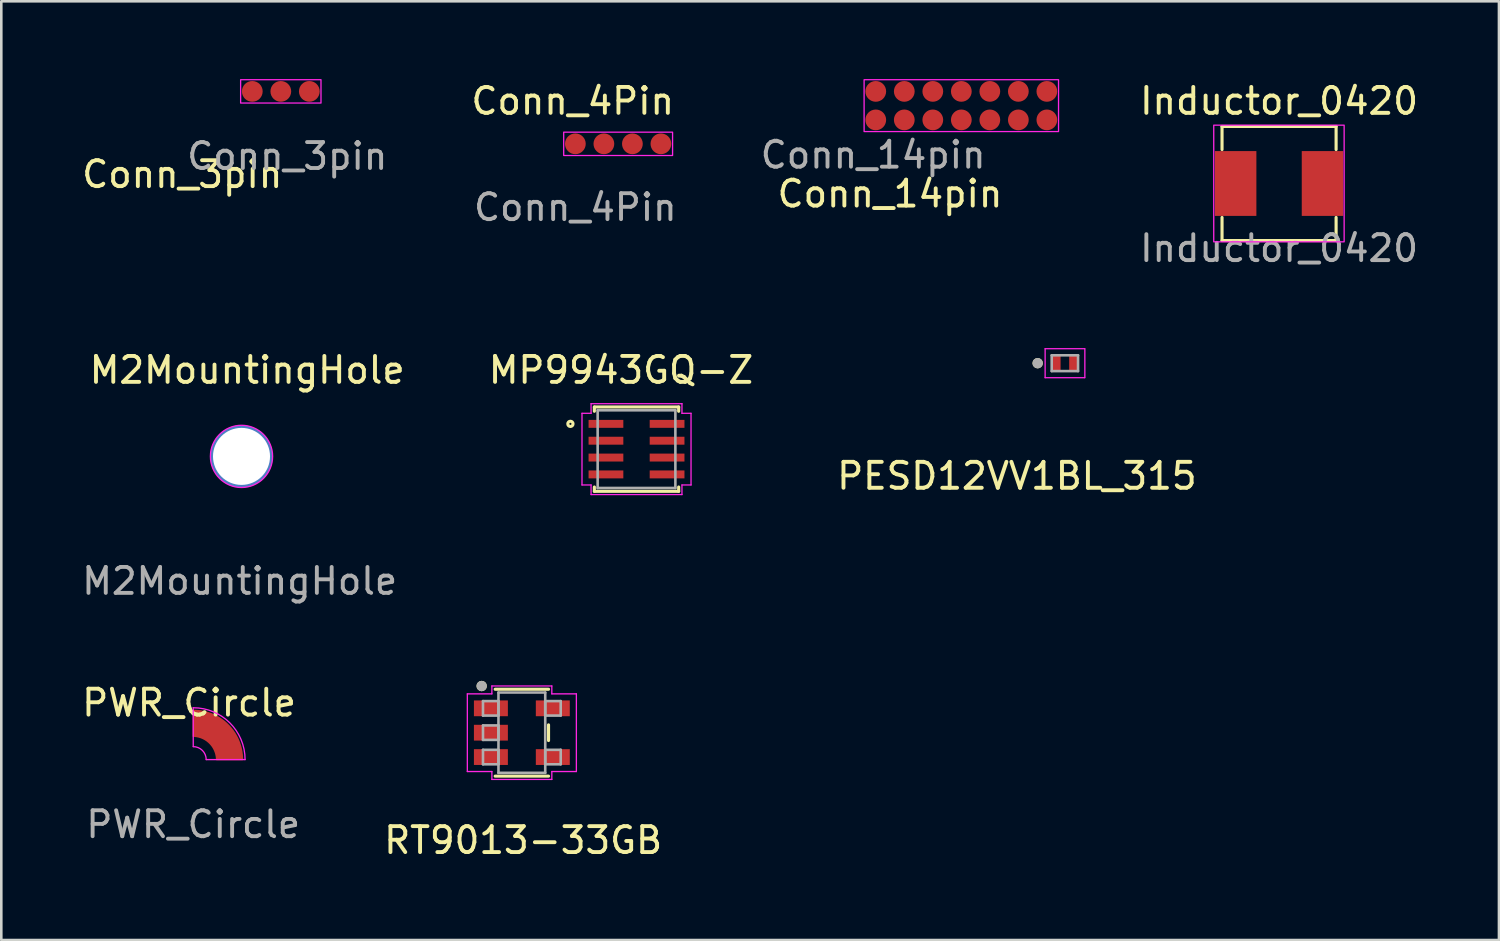
<source format=kicad_pcb>
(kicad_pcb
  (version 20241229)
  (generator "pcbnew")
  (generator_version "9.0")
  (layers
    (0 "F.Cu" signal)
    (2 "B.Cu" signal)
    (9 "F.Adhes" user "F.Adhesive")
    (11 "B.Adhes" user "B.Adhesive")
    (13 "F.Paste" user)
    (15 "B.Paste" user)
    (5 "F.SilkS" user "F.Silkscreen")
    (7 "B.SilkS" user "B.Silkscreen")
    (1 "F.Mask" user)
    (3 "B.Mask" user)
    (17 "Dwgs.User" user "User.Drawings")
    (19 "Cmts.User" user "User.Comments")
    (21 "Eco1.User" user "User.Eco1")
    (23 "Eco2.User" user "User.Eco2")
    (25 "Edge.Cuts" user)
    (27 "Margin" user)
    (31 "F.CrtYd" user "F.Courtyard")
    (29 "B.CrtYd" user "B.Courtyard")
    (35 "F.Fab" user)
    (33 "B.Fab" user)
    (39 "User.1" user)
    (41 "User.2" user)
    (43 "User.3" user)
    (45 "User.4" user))
  (footprint "Conn_3pin"
    (layer "F.Cu")
    (at 8.032 0.475)
    (property "Reference" "Conn_3pin" (at -4.05 3.2 0) (unlocked yes) (layer "F.SilkS") (effects (font (size 1 1) (thickness 0.15))))
    (attr smd)
    (fp_rect (start -1.8 -0.45) (end 1.3 0.45) (stroke (width 0.05) (type solid)) (fill no) (layer "F.CrtYd"))
    (fp_text user "${REFERENCE}" (at 0 2.5 0) (unlocked yes) (layer "F.Fab") (effects (font (size 1 1) (thickness 0.15))))
    (pad "1" smd circle (at -1.35 0) (size 0.8 0.8) (layers "F.Cu" "F.Mask" "F.Paste"))
    (pad "2" smd circle (at -0.25 0) (size 0.8 0.8) (layers "F.Cu" "F.Mask" "F.Paste"))
    (pad "3" smd circle (at 0.85 0) (size 0.8 0.8) (layers "F.Cu" "F.Mask" "F.Paste")))
  (footprint "M2MountingHole"
    (layer "F.Cu")
    (at 6.266 14.555)
    (property "Reference" "M2MountingHole" (at 0.22 -3.33 0) (unlocked yes) (layer "F.SilkS") (effects (font (size 1 1) (thickness 0.15))))
    (fp_circle (center 0 0) (end 1.2 0) (stroke (width 0.05) (type solid)) (fill no) (layer "F.CrtYd"))
    (fp_text user "${REFERENCE}" (at -0.07 4.81 0) (unlocked yes) (layer "F.Fab") (effects (font (size 1 1) (thickness 0.15))))
    (pad "1" thru_hole circle (at 0 0) (size 2.4 2.4) (drill 2.2) (layers "*.Cu" "*.Mask")))
  (footprint "MP9943GQ-Z"
    (layer "F.Cu")
    (at 21.503 14.275)
    (property "Reference" "MP9943GQ-Z" (at -0.6 -3.05 0) (layer "F.SilkS") (effects (font (size 1 1) (thickness 0.15))))
    (attr through_hole)
    (fp_line (start -1.626 -1.626) (end -1.626 -1.461) (stroke (width 0.12) (type solid)) (layer "F.SilkS"))
    (fp_line (start -1.626 1.461) (end -1.626 1.626) (stroke (width 0.12) (type solid)) (layer "F.SilkS"))
    (fp_line (start -1.626 1.626) (end 1.626 1.626) (stroke (width 0.12) (type solid)) (layer "F.SilkS"))
    (fp_line (start 1.626 -1.626) (end -1.626 -1.626) (stroke (width 0.12) (type solid)) (layer "F.SilkS"))
    (fp_line (start 1.626 -1.461) (end 1.626 -1.626) (stroke (width 0.12) (type solid)) (layer "F.SilkS"))
    (fp_line (start 1.626 1.626) (end 1.626 1.461) (stroke (width 0.12) (type solid)) (layer "F.SilkS"))
    (fp_circle (center -2.55 -0.975) (end -2.449 -0.975) (stroke (width 0.12) (type solid)) (fill no) (layer "F.SilkS"))
    (fp_line (start -2.103 -1.382) (end -1.753 -1.382) (stroke (width 0.05) (type solid)) (layer "F.CrtYd"))
    (fp_line (start -2.103 1.382) (end -2.103 -1.382) (stroke (width 0.05) (type solid)) (layer "F.CrtYd"))
    (fp_line (start -2.103 1.382) (end -1.753 1.382) (stroke (width 0.05) (type solid)) (layer "F.CrtYd"))
    (fp_line (start -1.753 -1.753) (end 1.753 -1.753) (stroke (width 0.05) (type solid)) (layer "F.CrtYd"))
    (fp_line (start -1.753 -1.382) (end -1.753 -1.753) (stroke (width 0.05) (type solid)) (layer "F.CrtYd"))
    (fp_line (start -1.753 1.753) (end -1.753 1.382) (stroke (width 0.05) (type solid)) (layer "F.CrtYd"))
    (fp_line (start 1.753 -1.753) (end 1.753 -1.382) (stroke (width 0.05) (type solid)) (layer "F.CrtYd"))
    (fp_line (start 1.753 -1.382) (end 2.103 -1.382) (stroke (width 0.05) (type solid)) (layer "F.CrtYd"))
    (fp_line (start 1.753 1.382) (end 1.753 1.753) (stroke (width 0.05) (type solid)) (layer "F.CrtYd"))
    (fp_line (start 1.753 1.753) (end -1.753 1.753) (stroke (width 0.05) (type solid)) (layer "F.CrtYd"))
    (fp_line (start 2.103 -1.382) (end 2.103 1.382) (stroke (width 0.05) (type solid)) (layer "F.CrtYd"))
    (fp_line (start 2.103 1.382) (end 1.753 1.382) (stroke (width 0.05) (type solid)) (layer "F.CrtYd"))
    (fp_line (start -1.499 -1.499) (end -1.499 1.499) (stroke (width 0.1) (type solid)) (layer "F.Fab"))
    (fp_line (start -1.499 1.499) (end 1.499 1.499) (stroke (width 0.1) (type solid)) (layer "F.Fab"))
    (fp_line (start 1.499 -1.499) (end -1.499 -1.499) (stroke (width 0.1) (type solid)) (layer "F.Fab"))
    (fp_line (start 1.499 1.499) (end 1.499 -1.499) (stroke (width 0.1) (type solid)) (layer "F.Fab"))
    (pad "1" smd rect (at -1.179 -0.975) (size 1.341 0.306) (layers "F.Cu" "F.Mask" "F.Paste"))
    (pad "2" smd rect (at -1.179 -0.325) (size 1.341 0.306) (layers "F.Cu" "F.Mask" "F.Paste"))
    (pad "3" smd rect (at -1.179 0.325) (size 1.341 0.306) (layers "F.Cu" "F.Mask" "F.Paste"))
    (pad "4" smd rect (at -1.179 0.975) (size 1.341 0.306) (layers "F.Cu" "F.Mask" "F.Paste"))
    (pad "5" smd rect (at 1.179 0.975) (size 1.341 0.306) (layers "F.Cu" "F.Mask" "F.Paste"))
    (pad "6" smd rect (at 1.179 0.325) (size 1.341 0.306) (layers "F.Cu" "F.Mask" "F.Paste"))
    (pad "7" smd rect (at 1.179 -0.325) (size 1.341 0.306) (layers "F.Cu" "F.Mask" "F.Paste"))
    (pad "8" smd rect (at 1.179 -0.975) (size 1.341 0.306) (layers "F.Cu" "F.Mask" "F.Paste")))
  (footprint "RT9013-33GB"
    (layer "F.Cu")
    (at 17.08 25.213)
    (property "Reference" "RT9013-33GB" (at 0.05 4.15 0) (layer "F.SilkS") (effects (font (size 1 1) (thickness 0.15))))
    (attr through_hole)
    (fp_line (start -1.029 1.676) (end 1.029 1.676) (stroke (width 0.12) (type solid)) (layer "F.SilkS"))
    (fp_line (start 1.029 -1.676) (end -1.029 -1.676) (stroke (width 0.12) (type solid)) (layer "F.SilkS"))
    (fp_line (start 1.029 0.302) (end 1.029 -0.302) (stroke (width 0.12) (type solid)) (layer "F.SilkS"))
    (fp_circle (center -1.55 -1.8) (end -1.45 -1.8) (stroke (width 0.2) (type solid)) (fill no) (layer "F.SilkS"))
    (fp_line (start -2.103 -1.498) (end -1.156 -1.498) (stroke (width 0.05) (type solid)) (layer "F.CrtYd"))
    (fp_line (start -2.103 1.498) (end -2.103 -1.498) (stroke (width 0.05) (type solid)) (layer "F.CrtYd"))
    (fp_line (start -1.156 -1.803) (end 1.156 -1.803) (stroke (width 0.05) (type solid)) (layer "F.CrtYd"))
    (fp_line (start -1.156 -1.498) (end -1.156 -1.803) (stroke (width 0.05) (type solid)) (layer "F.CrtYd"))
    (fp_line (start -1.156 1.498) (end -2.103 1.498) (stroke (width 0.05) (type solid)) (layer "F.CrtYd"))
    (fp_line (start -1.156 1.803) (end -1.156 1.498) (stroke (width 0.05) (type solid)) (layer "F.CrtYd"))
    (fp_line (start 1.156 -1.803) (end 1.156 -1.498) (stroke (width 0.05) (type solid)) (layer "F.CrtYd"))
    (fp_line (start 1.156 1.498) (end 1.156 1.803) (stroke (width 0.05) (type solid)) (layer "F.CrtYd"))
    (fp_line (start 1.156 1.803) (end -1.156 1.803) (stroke (width 0.05) (type solid)) (layer "F.CrtYd"))
    (fp_line (start 2.103 -1.498) (end 1.156 -1.498) (stroke (width 0.05) (type solid)) (layer "F.CrtYd"))
    (fp_line (start 2.103 -1.498) (end 2.103 1.498) (stroke (width 0.05) (type solid)) (layer "F.CrtYd"))
    (fp_line (start 2.103 1.498) (end 1.156 1.498) (stroke (width 0.05) (type solid)) (layer "F.CrtYd"))
    (fp_line (start -1.499 -1.219) (end -1.499 -0.66) (stroke (width 0.1) (type solid)) (layer "F.Fab"))
    (fp_line (start -1.499 -0.66) (end -0.902 -0.66) (stroke (width 0.1) (type solid)) (layer "F.Fab"))
    (fp_line (start -1.499 -0.279) (end -1.499 0.279) (stroke (width 0.1) (type solid)) (layer "F.Fab"))
    (fp_line (start -1.499 0.279) (end -0.902 0.279) (stroke (width 0.1) (type solid)) (layer "F.Fab"))
    (fp_line (start -1.499 0.66) (end -1.499 1.219) (stroke (width 0.1) (type solid)) (layer "F.Fab"))
    (fp_line (start -1.499 1.219) (end -0.902 1.219) (stroke (width 0.1) (type solid)) (layer "F.Fab"))
    (fp_line (start -0.902 -1.549) (end -0.902 1.549) (stroke (width 0.1) (type solid)) (layer "F.Fab"))
    (fp_line (start -0.902 -1.219) (end -1.499 -1.219) (stroke (width 0.1) (type solid)) (layer "F.Fab"))
    (fp_line (start -0.902 -0.66) (end -0.902 -1.219) (stroke (width 0.1) (type solid)) (layer "F.Fab"))
    (fp_line (start -0.902 -0.279) (end -1.499 -0.279) (stroke (width 0.1) (type solid)) (layer "F.Fab"))
    (fp_line (start -0.902 0.279) (end -0.902 -0.279) (stroke (width 0.1) (type solid)) (layer "F.Fab"))
    (fp_line (start -0.902 0.66) (end -1.499 0.66) (stroke (width 0.1) (type solid)) (layer "F.Fab"))
    (fp_line (start -0.902 1.219) (end -0.902 0.66) (stroke (width 0.1) (type solid)) (layer "F.Fab"))
    (fp_line (start -0.902 1.549) (end 0.902 1.549) (stroke (width 0.1) (type solid)) (layer "F.Fab"))
    (fp_line (start 0.902 -1.549) (end -0.902 -1.549) (stroke (width 0.1) (type solid)) (layer "F.Fab"))
    (fp_line (start 0.902 -1.219) (end 0.902 -0.66) (stroke (width 0.1) (type solid)) (layer "F.Fab"))
    (fp_line (start 0.902 -0.66) (end 1.499 -0.66) (stroke (width 0.1) (type solid)) (layer "F.Fab"))
    (fp_line (start 0.902 0.66) (end 0.902 1.219) (stroke (width 0.1) (type solid)) (layer "F.Fab"))
    (fp_line (start 0.902 1.219) (end 1.499 1.219) (stroke (width 0.1) (type solid)) (layer "F.Fab"))
    (fp_line (start 0.902 1.549) (end 0.902 -1.549) (stroke (width 0.1) (type solid)) (layer "F.Fab"))
    (fp_line (start 1.499 -1.219) (end 0.902 -1.219) (stroke (width 0.1) (type solid)) (layer "F.Fab"))
    (fp_line (start 1.499 -0.66) (end 1.499 -1.219) (stroke (width 0.1) (type solid)) (layer "F.Fab"))
    (fp_line (start 1.499 0.66) (end 0.902 0.66) (stroke (width 0.1) (type solid)) (layer "F.Fab"))
    (fp_line (start 1.499 1.219) (end 1.499 0.66) (stroke (width 0.1) (type solid)) (layer "F.Fab"))
    (fp_circle (center -1.55 -1.8) (end -1.45 -1.8) (stroke (width 0.2) (type solid)) (fill no) (layer "F.Fab"))
    (pad "1" smd rect (at -1.194 -0.94) (size 1.31 0.609) (layers "F.Cu" "F.Mask" "F.Paste"))
    (pad "2" smd rect (at -1.194 0) (size 1.31 0.609) (layers "F.Cu" "F.Mask" "F.Paste"))
    (pad "3" smd rect (at -1.194 0.94) (size 1.31 0.609) (layers "F.Cu" "F.Mask" "F.Paste"))
    (pad "4" smd rect (at 1.194 0.94) (size 1.31 0.609) (layers "F.Cu" "F.Mask" "F.Paste"))
    (pad "5" smd rect (at 1.194 -0.94) (size 1.31 0.609) (layers "F.Cu" "F.Mask" "F.Paste")))
  (footprint "Conn_4Pin"
    (layer "F.Cu")
    (at 19.144 2.448)
    (property "Reference" "Conn_4Pin" (at -0.1 -1.6 0) (unlocked yes) (layer "F.SilkS") (effects (font (size 1 1) (thickness 0.15))))
    (attr smd)
    (fp_rect (start -0.45 -0.4) (end 3.75 0.5) (stroke (width 0.05) (type solid)) (fill no) (layer "F.CrtYd"))
    (fp_text user "${REFERENCE}" (at 0 2.5 0) (unlocked yes) (layer "F.Fab") (effects (font (size 1 1) (thickness 0.15))))
    (pad "1" smd circle (at 0 0.05) (size 0.8 0.8) (layers "F.Cu" "F.Mask" "F.Paste"))
    (pad "2" smd circle (at 1.1 0.05) (size 0.8 0.8) (layers "F.Cu" "F.Mask" "F.Paste"))
    (pad "3" smd circle (at 2.2 0.05) (size 0.8 0.8) (layers "F.Cu" "F.Mask" "F.Paste"))
    (pad "4" smd circle (at 3.3 0.05) (size 0.8 0.8) (layers "F.Cu" "F.Mask" "F.Paste")))
  (footprint "Conn_14pin"
    (layer "F.Cu")
    (at 34.232 1.225)
    (property "Reference" "Conn_14pin" (at -2.95 3.2 0) (unlocked yes) (layer "F.SilkS") (effects (font (size 1 1) (thickness 0.15))))
    (attr smd)
    (fp_rect (start -3.95 -1.2) (end 3.55 0.8) (stroke (width 0.05) (type solid)) (fill no) (layer "F.CrtYd"))
    (fp_text user "${REFERENCE}" (at -3.6 1.7 0) (unlocked yes) (layer "F.Fab") (effects (font (size 1 1) (thickness 0.15))))
    (pad "1" smd circle (at -3.5 -0.75) (size 0.8 0.8) (layers "F.Cu" "F.Mask" "F.Paste"))
    (pad "2" smd circle (at -2.4 -0.75) (size 0.8 0.8) (layers "F.Cu" "F.Mask" "F.Paste"))
    (pad "3" smd circle (at -1.3 -0.75) (size 0.8 0.8) (layers "F.Cu" "F.Mask" "F.Paste"))
    (pad "4" smd circle (at -0.2 -0.75) (size 0.8 0.8) (layers "F.Cu" "F.Mask" "F.Paste"))
    (pad "5" smd circle (at 0.9 -0.75) (size 0.8 0.8) (layers "F.Cu" "F.Mask" "F.Paste"))
    (pad "6" smd circle (at 2 -0.75) (size 0.8 0.8) (layers "F.Cu" "F.Mask" "F.Paste"))
    (pad "7" smd circle (at 3.1 -0.75) (size 0.8 0.8) (layers "F.Cu" "F.Mask" "F.Paste"))
    (pad "8" smd circle (at -3.5 0.35) (size 0.8 0.8) (layers "F.Cu" "F.Mask" "F.Paste"))
    (pad "9" smd circle (at -2.4 0.35) (size 0.8 0.8) (layers "F.Cu" "F.Mask" "F.Paste"))
    (pad "10" smd circle (at -1.3 0.35) (size 0.8 0.8) (layers "F.Cu" "F.Mask" "F.Paste"))
    (pad "11" smd circle (at -0.2 0.35) (size 0.8 0.8) (layers "F.Cu" "F.Mask" "F.Paste"))
    (pad "12" smd circle (at 0.9 0.35) (size 0.8 0.8) (layers "F.Cu" "F.Mask" "F.Paste"))
    (pad "13" smd circle (at 2 0.35) (size 0.8 0.8) (layers "F.Cu" "F.Mask" "F.Paste"))
    (pad "14" smd circle (at 3.1 0.35) (size 0.8 0.8) (layers "F.Cu" "F.Mask" "F.Paste")))
  (footprint "PWR_Circle"
    (layer "F.Cu")
    (at 4.404 26.251)
    (property "Reference" "PWR_Circle" (at -0.16 -2.19 0) (unlocked yes) (layer "F.SilkS") (effects (font (size 1 1) (thickness 0.15))))
    (attr smd)
    (fp_line (start 0 -0.5) (end 0 -2) (stroke (width 0.05) (type solid)) (layer "F.CrtYd"))
    (fp_line (start 0.5 0) (end 2 0) (stroke (width 0.05) (type solid)) (layer "F.CrtYd"))
    (fp_arc (start 0 -2) (mid 1.414214 -1.414214) (end 2 0) (stroke (width 0.05) (type solid)) (layer "F.CrtYd"))
    (fp_arc (start 0 -0.5) (mid 0.353553 -0.353553) (end 0.5 0) (stroke (width 0.05) (type solid)) (layer "F.CrtYd"))
    (fp_text user "${REFERENCE}" (at 0 2.5 0) (unlocked yes) (layer "F.Fab") (effects (font (size 1 1) (thickness 0.15))))
    (pad "1" smd custom (at 0.96 -0.85) (size 0.5 0.5) (layers "F.Cu" "F.Mask" "F.Paste") (options (anchor circle)) (primitives (gr_poly (pts (arc (start -0.06 0.85) (mid -0.328188 0.218188) (end -0.96 -0.05)) (arc (start -0.96 -1.05) (mid 0.383503 -0.493503) (end 0.94 0.85))) (width 0.05) (fill yes)))))
  (footprint "PESD12VV1BL_315"
    (layer "F.Cu")
    (at 38.027 10.96)
    (property "Reference" "PESD12VV1BL_315" (at -1.85 4.35 0) (layer "F.SilkS") (effects (font (size 1 1) (thickness 0.15))))
    (attr through_hole)
    (fp_circle (center -1.05 0) (end -0.95 0) (stroke (width 0.2) (type solid)) (fill no) (layer "F.SilkS"))
    (fp_line (start -0.762 -0.559) (end 0.762 -0.559) (stroke (width 0.05) (type solid)) (layer "F.CrtYd"))
    (fp_line (start -0.762 0.559) (end -0.762 -0.559) (stroke (width 0.05) (type solid)) (layer "F.CrtYd"))
    (fp_line (start 0.762 0.559) (end -0.762 0.559) (stroke (width 0.05) (type solid)) (layer "F.CrtYd"))
    (fp_line (start 0.77 0.559) (end 0.77 -0.559) (stroke (width 0.05) (type solid)) (layer "F.CrtYd"))
    (fp_line (start -0.508 -0.305) (end -0.508 0.305) (stroke (width 0.1) (type solid)) (layer "F.Fab"))
    (fp_line (start -0.508 0.305) (end 0.508 0.305) (stroke (width 0.1) (type solid)) (layer "F.Fab"))
    (fp_line (start 0.508 -0.305) (end -0.508 -0.305) (stroke (width 0.1) (type solid)) (layer "F.Fab"))
    (fp_line (start 0.508 0.305) (end 0.508 -0.305) (stroke (width 0.1) (type solid)) (layer "F.Fab"))
    (fp_circle (center -1.05 0) (end -0.95 0) (stroke (width 0.2) (type solid)) (fill no) (layer "F.Fab"))
    (pad "1" smd rect (at -0.318 0) (size 0.305 0.559) (layers "F.Cu" "F.Mask" "F.Paste"))
    (pad "2" smd rect (at 0.318 0) (size 0.305 0.559) (layers "F.Cu" "F.Mask" "F.Paste")))
  (footprint "Inductor_0420"
    (layer "F.Cu")
    (at 46.289 4.028)
    (property "Reference" "Inductor_0420" (at 0 -3.18 0) (unlocked yes) (layer "F.SilkS") (effects (font (size 1 1) (thickness 0.15))))
    (attr smd)
    (fp_line (start -2.2 -2.2) (end -2.2 -1.31) (stroke (width 0.12) (type solid)) (layer "F.SilkS"))
    (fp_line (start -2.2 -2.2) (end 2.2 -2.2) (stroke (width 0.12) (type solid)) (layer "F.SilkS"))
    (fp_line (start -2.2 2.2) (end -2.2 1.31) (stroke (width 0.12) (type solid)) (layer "F.SilkS"))
    (fp_line (start -2.2 2.2) (end 2.2 2.2) (stroke (width 0.12) (type solid)) (layer "F.SilkS"))
    (fp_line (start 2.2 -2.2) (end 2.2 -1.31) (stroke (width 0.12) (type solid)) (layer "F.SilkS"))
    (fp_line (start 2.2 2.2) (end 2.2 1.31) (stroke (width 0.12) (type solid)) (layer "F.SilkS"))
    (fp_rect (start -2.52 -2.25) (end 2.51 2.25) (stroke (width 0.05) (type solid)) (fill no) (layer "F.CrtYd"))
    (fp_text user "${REFERENCE}" (at 0 2.5 0) (unlocked yes) (layer "F.Fab") (effects (font (size 1 1) (thickness 0.15))))
    (pad "1" smd rect (at -1.675 0) (size 1.6 2.5) (layers "F.Cu" "F.Mask" "F.Paste"))
    (pad "2" smd rect (at 1.675 0) (size 1.6 2.5) (layers "F.Cu" "F.Mask" "F.Paste")))
  (gr_rect
    (start -3 -3)
    (end 54.771 33.211)
    (stroke (width 0.1) (type default))
    (fill no)
    (layer "Edge.Cuts")))
</source>
